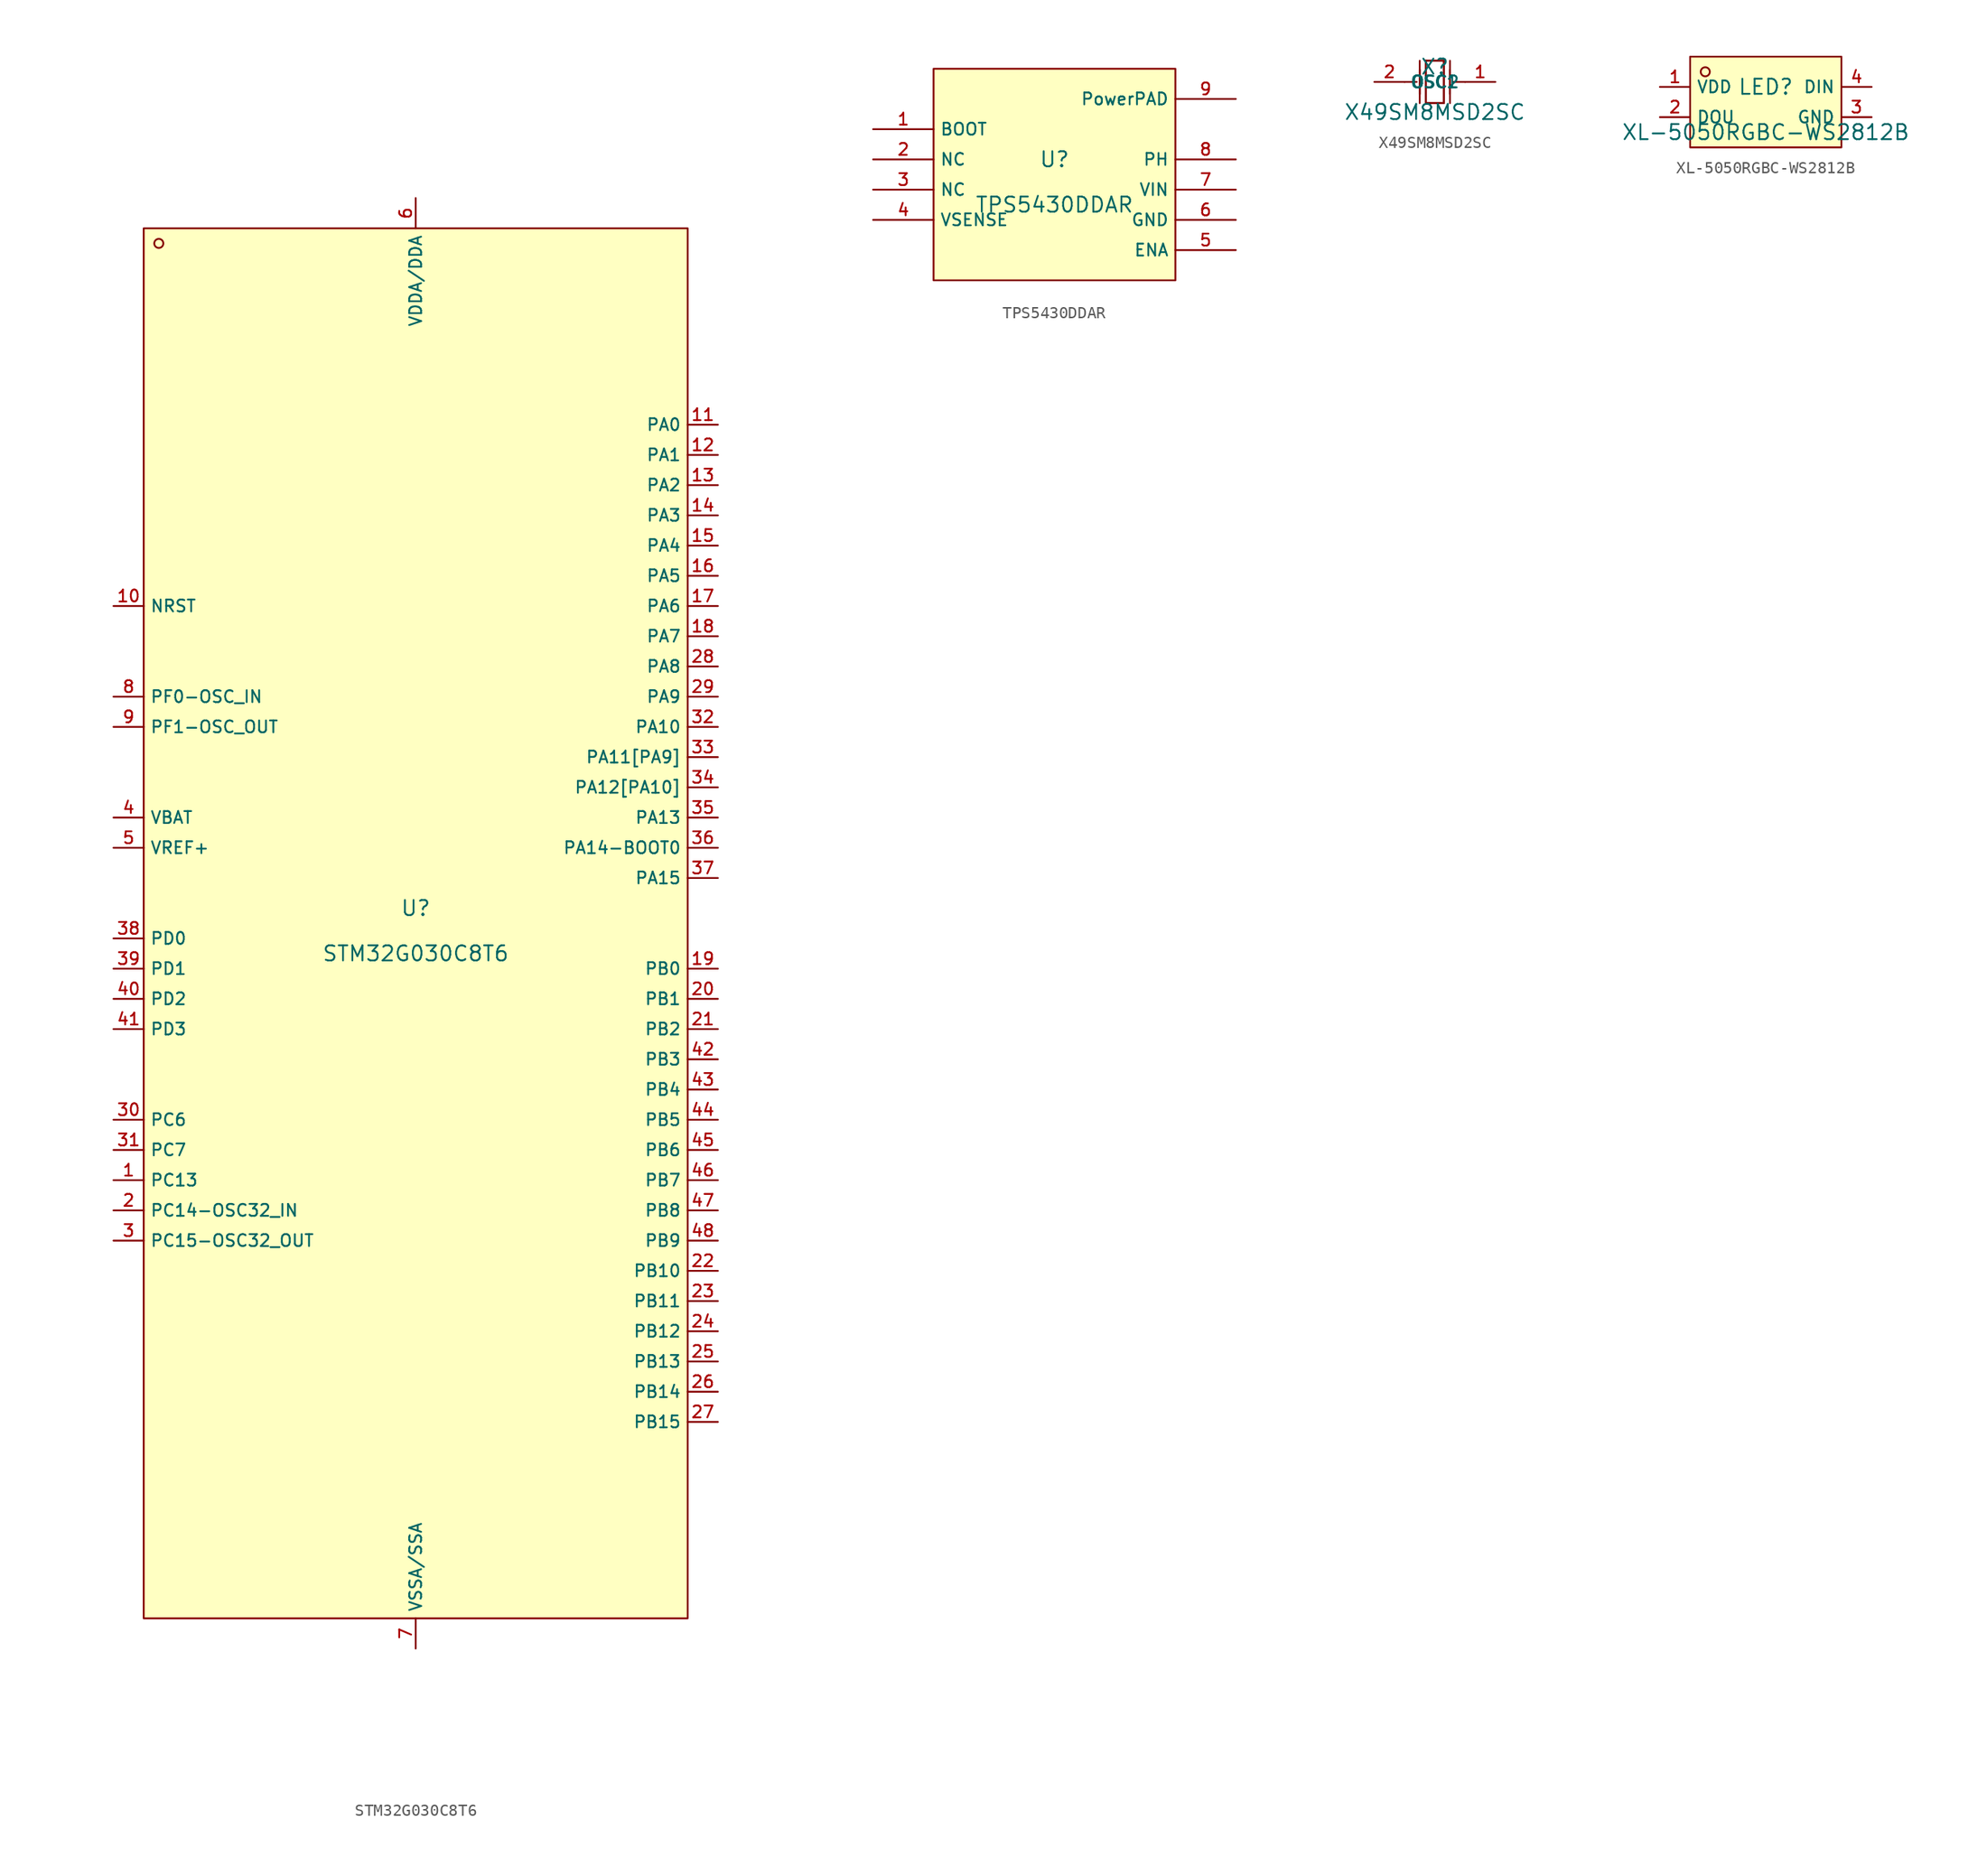
<source format=kicad_sym>
(kicad_symbol_lib
  (version 20220914)
  (generator kicad_symbol_editor)
  (symbol "STM32G030C8T6"
    (property "Reference" "U"
      (at 0 1.27 0)
      (effects (font (size 1.27 1.27))))
    (property "Value" "STM32G030C8T6"
      (at 0 -2.54 0)
      (effects (font (size 1.27 1.27))))
    (symbol "STM32G030C8T6_0_1"
      (rectangle (start -22.86 58.42) (end 22.86 -58.42) (stroke (width 0) (type default)) (fill (type background)))
      (circle (center -21.59 57.15) (radius 0.381) (stroke (width 0) (type default)) (fill (type background)))
      (pin unspecified line (at -25.4 -21.59 0) (length 2.54) (name "PC13" (effects (font (size 1 1)))) (number "1" (effects (font (size 1 1)))))
      (pin unspecified line (at -25.4 26.67 0) (length 2.54) (name "NRST" (effects (font (size 1 1)))) (number "10" (effects (font (size 1 1)))))
      (pin unspecified line (at 25.4 41.91 180) (length 2.54) (name "PA0" (effects (font (size 1 1)))) (number "11" (effects (font (size 1 1)))))
      (pin unspecified line (at 25.4 39.37 180) (length 2.54) (name "PA1" (effects (font (size 1 1)))) (number "12" (effects (font (size 1 1)))))
      (pin unspecified line (at 25.4 36.83 180) (length 2.54) (name "PA2" (effects (font (size 1 1)))) (number "13" (effects (font (size 1 1)))))
      (pin unspecified line (at 25.4 34.29 180) (length 2.54) (name "PA3" (effects (font (size 1 1)))) (number "14" (effects (font (size 1 1)))))
      (pin unspecified line (at 25.4 31.75 180) (length 2.54) (name "PA4" (effects (font (size 1 1)))) (number "15" (effects (font (size 1 1)))))
      (pin unspecified line (at 25.4 29.21 180) (length 2.54) (name "PA5" (effects (font (size 1 1)))) (number "16" (effects (font (size 1 1)))))
      (pin unspecified line (at 25.4 26.67 180) (length 2.54) (name "PA6" (effects (font (size 1 1)))) (number "17" (effects (font (size 1 1)))))
      (pin unspecified line (at 25.4 24.13 180) (length 2.54) (name "PA7" (effects (font (size 1 1)))) (number "18" (effects (font (size 1 1)))))
      (pin unspecified line (at 25.4 -3.81 180) (length 2.54) (name "PB0" (effects (font (size 1 1)))) (number "19" (effects (font (size 1 1)))))
      (pin unspecified line (at -25.4 -24.13 0) (length 2.54) (name "PC14-OSC32_IN" (effects (font (size 1 1)))) (number "2" (effects (font (size 1 1)))))
      (pin unspecified line (at 25.4 -6.35 180) (length 2.54) (name "PB1" (effects (font (size 1 1)))) (number "20" (effects (font (size 1 1)))))
      (pin unspecified line (at 25.4 -8.89 180) (length 2.54) (name "PB2" (effects (font (size 1 1)))) (number "21" (effects (font (size 1 1)))))
      (pin unspecified line (at 25.4 -29.21 180) (length 2.54) (name "PB10" (effects (font (size 1 1)))) (number "22" (effects (font (size 1 1)))))
      (pin unspecified line (at 25.4 -31.75 180) (length 2.54) (name "PB11" (effects (font (size 1 1)))) (number "23" (effects (font (size 1 1)))))
      (pin unspecified line (at 25.4 -34.29 180) (length 2.54) (name "PB12" (effects (font (size 1 1)))) (number "24" (effects (font (size 1 1)))))
      (pin unspecified line (at 25.4 -36.83 180) (length 2.54) (name "PB13" (effects (font (size 1 1)))) (number "25" (effects (font (size 1 1)))))
      (pin unspecified line (at 25.4 -39.37 180) (length 2.54) (name "PB14" (effects (font (size 1 1)))) (number "26" (effects (font (size 1 1)))))
      (pin unspecified line (at 25.4 -41.91 180) (length 2.54) (name "PB15" (effects (font (size 1 1)))) (number "27" (effects (font (size 1 1)))))
      (pin unspecified line (at 25.4 21.59 180) (length 2.54) (name "PA8" (effects (font (size 1 1)))) (number "28" (effects (font (size 1 1)))))
      (pin unspecified line (at 25.4 19.05 180) (length 2.54) (name "PA9" (effects (font (size 1 1)))) (number "29" (effects (font (size 1 1)))))
      (pin unspecified line (at -25.4 -26.67 0) (length 2.54) (name "PC15-OSC32_OUT" (effects (font (size 1 1)))) (number "3" (effects (font (size 1 1)))))
      (pin unspecified line (at -25.4 -16.51 0) (length 2.54) (name "PC6" (effects (font (size 1 1)))) (number "30" (effects (font (size 1 1)))))
      (pin unspecified line (at -25.4 -19.05 0) (length 2.54) (name "PC7" (effects (font (size 1 1)))) (number "31" (effects (font (size 1 1)))))
      (pin unspecified line (at 25.4 16.51 180) (length 2.54) (name "PA10" (effects (font (size 1 1)))) (number "32" (effects (font (size 1 1)))))
      (pin unspecified line (at 25.4 13.97 180) (length 2.54) (name "PA11[PA9]" (effects (font (size 1 1)))) (number "33" (effects (font (size 1 1)))))
      (pin unspecified line (at 25.4 11.43 180) (length 2.54) (name "PA12[PA10]" (effects (font (size 1 1)))) (number "34" (effects (font (size 1 1)))))
      (pin unspecified line (at 25.4 8.89 180) (length 2.54) (name "PA13" (effects (font (size 1 1)))) (number "35" (effects (font (size 1 1)))))
      (pin unspecified line (at 25.4 6.35 180) (length 2.54) (name "PA14-BOOT0" (effects (font (size 1 1)))) (number "36" (effects (font (size 1 1)))))
      (pin unspecified line (at 25.4 3.81 180) (length 2.54) (name "PA15" (effects (font (size 1 1)))) (number "37" (effects (font (size 1 1)))))
      (pin unspecified line (at -25.4 -1.27 0) (length 2.54) (name "PD0" (effects (font (size 1 1)))) (number "38" (effects (font (size 1 1)))))
      (pin unspecified line (at -25.4 -3.81 0) (length 2.54) (name "PD1" (effects (font (size 1 1)))) (number "39" (effects (font (size 1 1)))))
      (pin unspecified line (at -25.4 8.89 0) (length 2.54) (name "VBAT" (effects (font (size 1 1)))) (number "4" (effects (font (size 1 1)))))
      (pin unspecified line (at -25.4 -6.35 0) (length 2.54) (name "PD2" (effects (font (size 1 1)))) (number "40" (effects (font (size 1 1)))))
      (pin unspecified line (at -25.4 -8.89 0) (length 2.54) (name "PD3" (effects (font (size 1 1)))) (number "41" (effects (font (size 1 1)))))
      (pin unspecified line (at 25.4 -11.43 180) (length 2.54) (name "PB3" (effects (font (size 1 1)))) (number "42" (effects (font (size 1 1)))))
      (pin unspecified line (at 25.4 -13.97 180) (length 2.54) (name "PB4" (effects (font (size 1 1)))) (number "43" (effects (font (size 1 1)))))
      (pin unspecified line (at 25.4 -16.51 180) (length 2.54) (name "PB5" (effects (font (size 1 1)))) (number "44" (effects (font (size 1 1)))))
      (pin unspecified line (at 25.4 -19.05 180) (length 2.54) (name "PB6" (effects (font (size 1 1)))) (number "45" (effects (font (size 1 1)))))
      (pin unspecified line (at 25.4 -21.59 180) (length 2.54) (name "PB7" (effects (font (size 1 1)))) (number "46" (effects (font (size 1 1)))))
      (pin unspecified line (at 25.4 -24.13 180) (length 2.54) (name "PB8" (effects (font (size 1 1)))) (number "47" (effects (font (size 1 1)))))
      (pin unspecified line (at 25.4 -26.67 180) (length 2.54) (name "PB9" (effects (font (size 1 1)))) (number "48" (effects (font (size 1 1)))))
      (pin unspecified line (at -25.4 6.35 0) (length 2.54) (name "VREF+" (effects (font (size 1 1)))) (number "5" (effects (font (size 1 1)))))
      (pin unspecified line (at 0 60.96 270) (length 2.54) (name "VDDA/DDA" (effects (font (size 1 1)))) (number "6" (effects (font (size 1 1)))))
      (pin unspecified line (at 0 -60.96 90) (length 2.54) (name "VSSA/SSA" (effects (font (size 1 1)))) (number "7" (effects (font (size 1 1)))))
      (pin unspecified line (at -25.4 19.05 0) (length 2.54) (name "PF0-OSC_IN" (effects (font (size 1 1)))) (number "8" (effects (font (size 1 1)))))
      (pin unspecified line (at -25.4 16.51 0) (length 2.54) (name "PF1-OSC_OUT" (effects (font (size 1 1)))) (number "9" (effects (font (size 1 1)))))))
  (symbol "TPS5430DDAR"
    (property "Reference" "U"
      (at 0 1.27 0)
      (effects (font (size 1.27 1.27))))
    (property "Value" "TPS5430DDAR"
      (at 0 -2.54 0)
      (effects (font (size 1.27 1.27))))
    (symbol "TPS5430DDAR_0_1"
      (rectangle (start -10.16 8.89) (end 10.16 -8.89) (stroke (width 0) (type default)) (fill (type background)))
      (pin unspecified line (at -15.24 3.81 0) (length 5.08) (name "BOOT" (effects (font (size 1 1)))) (number "1" (effects (font (size 1 1)))))
      (pin unspecified line (at -15.24 1.27 0) (length 5.08) (name "NC" (effects (font (size 1 1)))) (number "2" (effects (font (size 1 1)))))
      (pin unspecified line (at -15.24 -1.27 0) (length 5.08) (name "NC" (effects (font (size 1 1)))) (number "3" (effects (font (size 1 1)))))
      (pin unspecified line (at -15.24 -3.81 0) (length 5.08) (name "VSENSE" (effects (font (size 1 1)))) (number "4" (effects (font (size 1 1)))))
      (pin unspecified line (at 15.24 -6.35 180) (length 5.08) (name "ENA" (effects (font (size 1 1)))) (number "5" (effects (font (size 1 1)))))
      (pin unspecified line (at 15.24 -3.81 180) (length 5.08) (name "GND" (effects (font (size 1 1)))) (number "6" (effects (font (size 1 1)))))
      (pin unspecified line (at 15.24 -1.27 180) (length 5.08) (name "VIN" (effects (font (size 1 1)))) (number "7" (effects (font (size 1 1)))))
      (pin unspecified line (at 15.24 1.27 180) (length 5.08) (name "PH" (effects (font (size 1 1)))) (number "8" (effects (font (size 1 1)))))
      (pin unspecified line (at 15.24 6.35 180) (length 5.08) (name "PowerPAD" (effects (font (size 1 1)))) (number "9" (effects (font (size 1 1)))))))
  (symbol "X49SM8MSD2SC"
    (property "Reference" "X"
      (at 0 1.27 0)
      (effects (font (size 1.27 1.27))))
    (property "Value" "X49SM8MSD2SC"
      (at 0 -2.54 0)
      (effects (font (size 1.27 1.27))))
    (symbol "X49SM8MSD2SC_0_1"
      (polyline (pts (xy -2.54 0) (xy -1.524 0)) (stroke (width 0) (type default)) (fill (type none)))
      (polyline (pts (xy -1.27 1.016) (xy -1.27 -1.016)) (stroke (width 0) (type default)) (fill (type none)))
      (polyline (pts (xy -1.27 1.778) (xy -1.27 -1.778)) (stroke (width 0) (type default)) (fill (type none)))
      (polyline (pts (xy -0.762 1.778) (xy 0.762 1.778)) (stroke (width 0) (type default)) (fill (type none)))
      (polyline (pts (xy 1.27 1.016) (xy 1.27 -1.016)) (stroke (width 0) (type default)) (fill (type none)))
      (polyline (pts (xy 1.27 1.778) (xy 1.27 -1.778)) (stroke (width 0) (type default)) (fill (type none)))
      (polyline (pts (xy 2.54 0) (xy 1.524 0)) (stroke (width 0) (type default)) (fill (type none)))
      (polyline (pts (xy 0.762 1.778) (xy 0.762 -1.778) (xy -0.762 -1.778) (xy -0.762 1.778)) (stroke (width 0) (type default)) (fill (type none)))
      (polyline (pts (xy -0.762 -1.778) (xy -0.762 1.778) (xy 0.762 1.778) (xy 0.762 -1.778) (xy -0.762 -1.778)) (stroke (width 0) (type default)) (fill (type none)))
      (pin input line (at 5.08 0 180) (length 2.54) (name "OSC1" (effects (font (size 1 1)))) (number "1" (effects (font (size 1 1)))))
      (pin input line (at -5.08 0 0) (length 2.54) (name "OSC2" (effects (font (size 1 1)))) (number "2" (effects (font (size 1 1)))))))
  (symbol "XL-5050RGBC-WS2812B"
    (property "Reference" "LED"
      (at 0 1.27 0)
      (effects (font (size 1.27 1.27))))
    (property "Value" "XL-5050RGBC-WS2812B"
      (at 0 -2.54 0)
      (effects (font (size 1.27 1.27))))
    (symbol "XL-5050RGBC-WS2812B_0_1"
      (rectangle (start -6.35 3.81) (end 6.35 -3.81) (stroke (width 0) (type default)) (fill (type background)))
      (circle (center -5.08 2.54) (radius 0.381) (stroke (width 0) (type default)) (fill (type background)))
      (pin unspecified line (at -8.89 1.27 0) (length 2.54) (name "VDD" (effects (font (size 1 1)))) (number "1" (effects (font (size 1 1)))))
      (pin unspecified line (at -8.89 -1.27 0) (length 2.54) (name "DOU" (effects (font (size 1 1)))) (number "2" (effects (font (size 1 1)))))
      (pin unspecified line (at 8.89 -1.27 180) (length 2.54) (name "GND" (effects (font (size 1 1)))) (number "3" (effects (font (size 1 1)))))
      (pin unspecified line (at 8.89 1.27 180) (length 2.54) (name "DIN" (effects (font (size 1 1)))) (number "4" (effects (font (size 1 1))))))))
</source>
